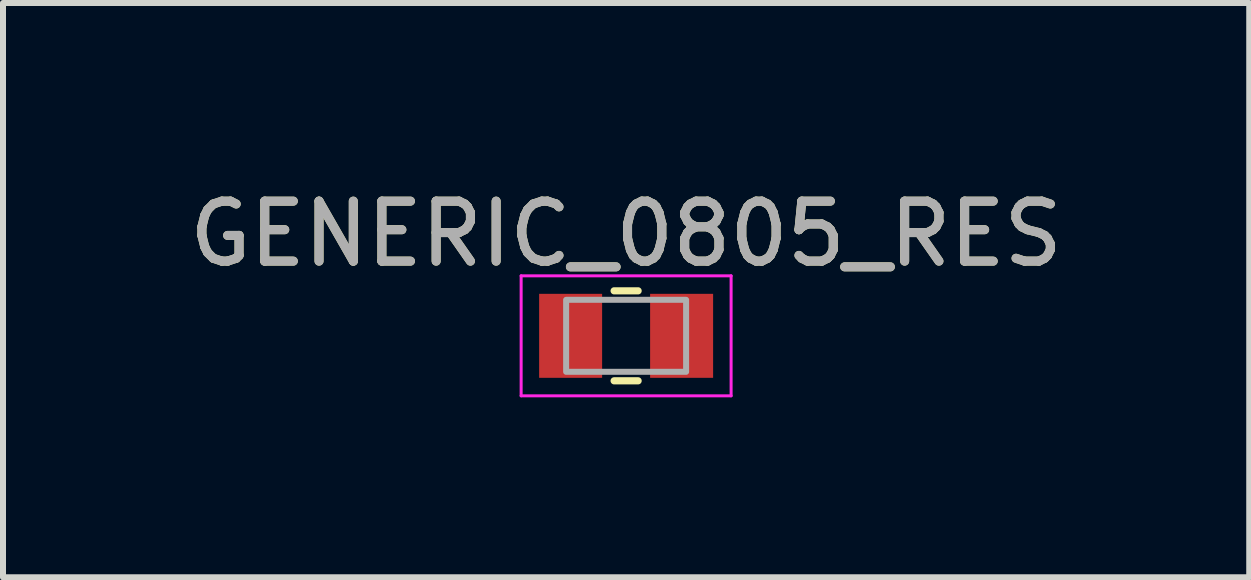
<source format=kicad_pcb>
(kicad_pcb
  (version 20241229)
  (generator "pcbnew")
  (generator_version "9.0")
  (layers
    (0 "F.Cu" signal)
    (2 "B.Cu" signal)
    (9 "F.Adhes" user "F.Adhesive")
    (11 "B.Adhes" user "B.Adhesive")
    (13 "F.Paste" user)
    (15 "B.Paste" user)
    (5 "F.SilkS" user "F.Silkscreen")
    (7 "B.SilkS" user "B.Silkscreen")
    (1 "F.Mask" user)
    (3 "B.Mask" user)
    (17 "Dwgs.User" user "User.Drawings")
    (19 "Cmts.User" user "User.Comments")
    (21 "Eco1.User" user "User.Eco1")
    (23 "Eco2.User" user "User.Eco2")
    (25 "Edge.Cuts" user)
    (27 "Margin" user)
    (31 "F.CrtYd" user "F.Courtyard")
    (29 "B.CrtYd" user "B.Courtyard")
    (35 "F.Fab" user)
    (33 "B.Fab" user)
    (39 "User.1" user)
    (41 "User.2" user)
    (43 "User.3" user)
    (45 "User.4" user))
  (footprint "GENERIC_0805_RES"
    (layer "F.Cu")
    (at 7.387 2.548)
    (property "Reference" "GENERIC_0805_RES" (at 0 -1.7 0) (unlocked yes) (layer "F.SilkS") (effects (font (size 1 1) (thickness 0.15))))
    (attr smd)
    (fp_line (start -0.2 -0.75) (end 0.2 -0.75) (stroke (width 0.12) (type solid)) (layer "F.SilkS"))
    (fp_line (start -0.2 0.75) (end 0.2 0.75) (stroke (width 0.12) (type solid)) (layer "F.SilkS"))
    (fp_line (start -1.75 1) (end -1.75 -1) (stroke (width 0.05) (type solid)) (layer "F.CrtYd"))
    (fp_line (start 1.75 -1) (end -1.75 -1) (stroke (width 0.05) (type solid)) (layer "F.CrtYd"))
    (fp_line (start 1.75 1) (end -1.75 1) (stroke (width 0.05) (type solid)) (layer "F.CrtYd"))
    (fp_line (start 1.75 1) (end 1.75 -1) (stroke (width 0.05) (type solid)) (layer "F.CrtYd"))
    (fp_rect (start -1 -0.6) (end 1 0.6) (stroke (width 0.1) (type solid)) (fill no) (layer "F.Fab"))
    (fp_text user "${REFERENCE}" (at 0 -1.7 0) (unlocked yes) (layer "F.Fab") (effects (font (size 1 1) (thickness 0.15))))
    (pad "1" smd rect (at -0.925 0) (size 1.05 1.4) (layers "F.Cu" "F.Mask" "F.Paste"))
    (pad "2" smd rect (at 0.925 0) (size 1.05 1.4) (layers "F.Cu" "F.Mask" "F.Paste")))
  (gr_rect
    (start -3 -3)
    (end 17.774 6.573)
    (stroke (width 0.1) (type default))
    (fill no)
    (layer "Edge.Cuts")))
</source>
